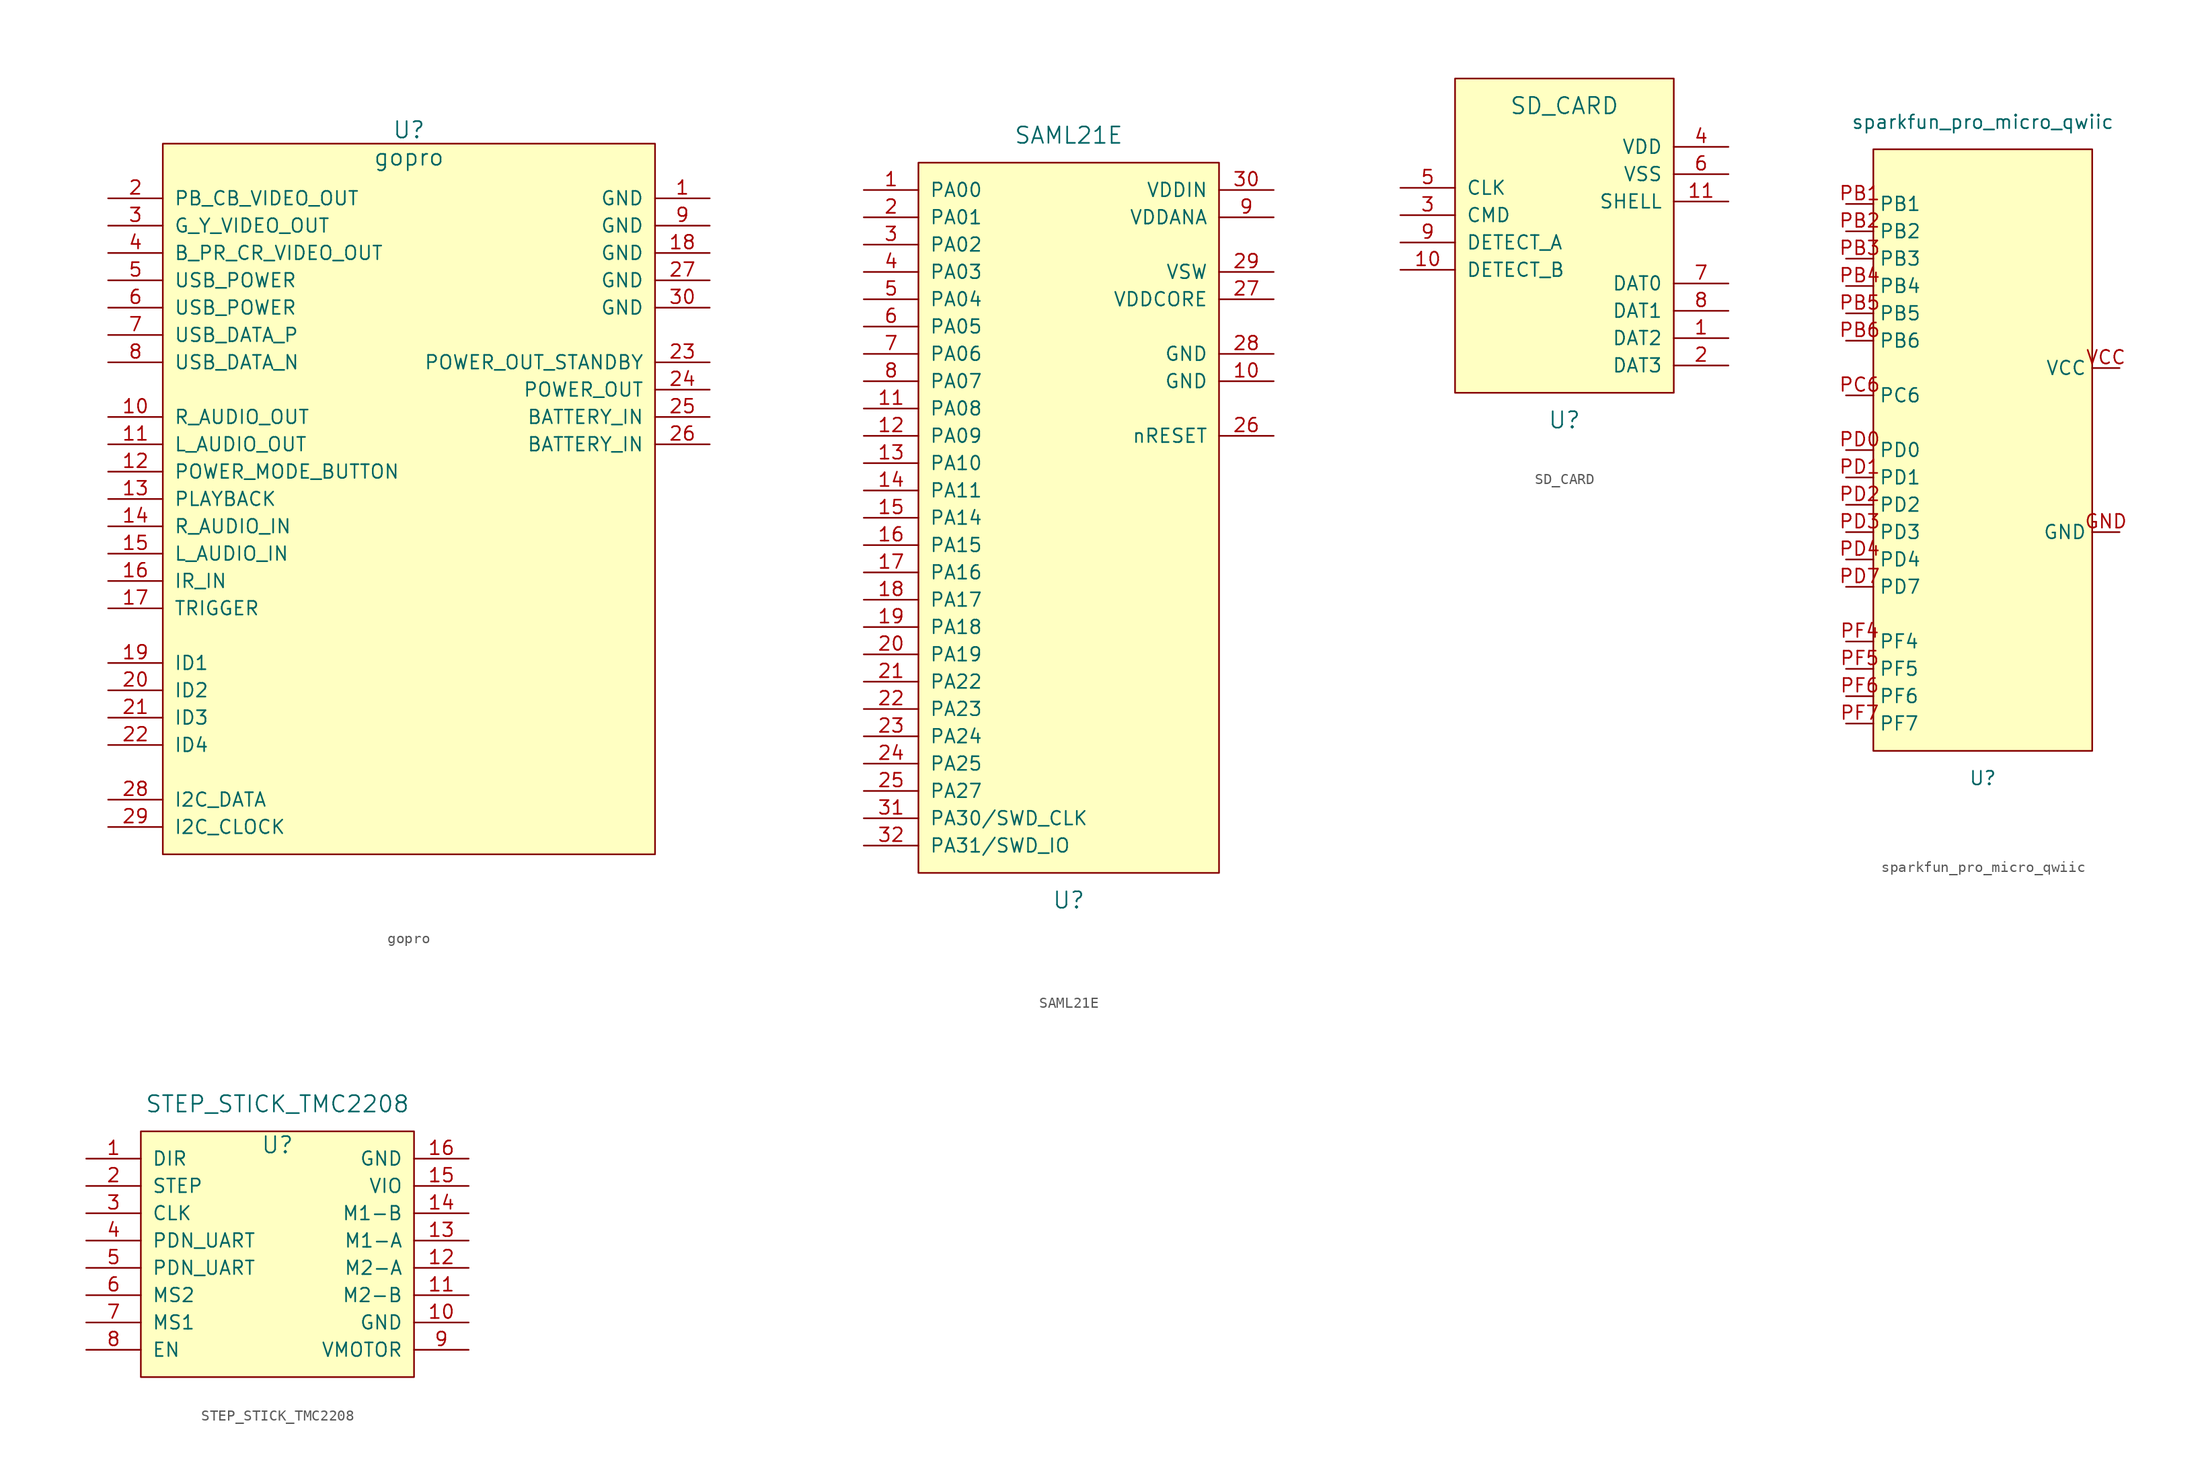
<source format=kicad_sym>
(kicad_symbol_lib
  (version 20211014)
  (generator kicad_symbol_editor)
  (symbol "gopro"
    (pin_names
      (offset 1.016))
    (property "Reference" "U"
      (at 0 6.35 0)
      (effects (font (size 1.524 1.524))))
    (property "Value" "gopro"
      (at 0 3.81 0)
      (effects (font (size 1.524 1.524))))
    (property "Footprint" ""
      (at -27.94 2.54 0)
      (effects (font (size 1.524 1.524))))
    (property "Datasheet" ""
      (at -27.94 2.54 0)
      (effects (font (size 1.524 1.524))))
    (symbol "gopro_0_1"
      (rectangle (start -22.86 5.08) (end 22.86 -60.96) (stroke (width 0) (type default) (color 0 0 0 0)) (fill (type background))))
    (symbol "gopro_1_1"
      (pin input line (at 27.94 0 180) (length 5.08) (name "GND" (effects (font (size 1.27 1.27)))) (number "1" (effects (font (size 1.27 1.27)))))
      (pin input line (at -27.94 -20.32 0) (length 5.08) (name "R_AUDIO_OUT" (effects (font (size 1.27 1.27)))) (number "10" (effects (font (size 1.27 1.27)))))
      (pin input line (at -27.94 -22.86 0) (length 5.08) (name "L_AUDIO_OUT" (effects (font (size 1.27 1.27)))) (number "11" (effects (font (size 1.27 1.27)))))
      (pin input line (at -27.94 -25.4 0) (length 5.08) (name "POWER_MODE_BUTTON" (effects (font (size 1.27 1.27)))) (number "12" (effects (font (size 1.27 1.27)))))
      (pin input line (at -27.94 -27.94 0) (length 5.08) (name "PLAYBACK" (effects (font (size 1.27 1.27)))) (number "13" (effects (font (size 1.27 1.27)))))
      (pin input line (at -27.94 -30.48 0) (length 5.08) (name "R_AUDIO_IN" (effects (font (size 1.27 1.27)))) (number "14" (effects (font (size 1.27 1.27)))))
      (pin input line (at -27.94 -33.02 0) (length 5.08) (name "L_AUDIO_IN" (effects (font (size 1.27 1.27)))) (number "15" (effects (font (size 1.27 1.27)))))
      (pin input line (at -27.94 -35.56 0) (length 5.08) (name "IR_IN" (effects (font (size 1.27 1.27)))) (number "16" (effects (font (size 1.27 1.27)))))
      (pin input line (at -27.94 -38.1 0) (length 5.08) (name "TRIGGER" (effects (font (size 1.27 1.27)))) (number "17" (effects (font (size 1.27 1.27)))))
      (pin input line (at 27.94 -5.08 180) (length 5.08) (name "GND" (effects (font (size 1.27 1.27)))) (number "18" (effects (font (size 1.27 1.27)))))
      (pin input line (at -27.94 -43.18 0) (length 5.08) (name "ID1" (effects (font (size 1.27 1.27)))) (number "19" (effects (font (size 1.27 1.27)))))
      (pin input line (at -27.94 0 0) (length 5.08) (name "PB_CB_VIDEO_OUT" (effects (font (size 1.27 1.27)))) (number "2" (effects (font (size 1.27 1.27)))))
      (pin input line (at -27.94 -45.72 0) (length 5.08) (name "ID2" (effects (font (size 1.27 1.27)))) (number "20" (effects (font (size 1.27 1.27)))))
      (pin input line (at -27.94 -48.26 0) (length 5.08) (name "ID3" (effects (font (size 1.27 1.27)))) (number "21" (effects (font (size 1.27 1.27)))))
      (pin input line (at -27.94 -50.8 0) (length 5.08) (name "ID4" (effects (font (size 1.27 1.27)))) (number "22" (effects (font (size 1.27 1.27)))))
      (pin input line (at 27.94 -15.24 180) (length 5.08) (name "POWER_OUT_STANDBY" (effects (font (size 1.27 1.27)))) (number "23" (effects (font (size 1.27 1.27)))))
      (pin input line (at 27.94 -17.78 180) (length 5.08) (name "POWER_OUT" (effects (font (size 1.27 1.27)))) (number "24" (effects (font (size 1.27 1.27)))))
      (pin input line (at 27.94 -20.32 180) (length 5.08) (name "BATTERY_IN" (effects (font (size 1.27 1.27)))) (number "25" (effects (font (size 1.27 1.27)))))
      (pin input line (at 27.94 -22.86 180) (length 5.08) (name "BATTERY_IN" (effects (font (size 1.27 1.27)))) (number "26" (effects (font (size 1.27 1.27)))))
      (pin input line (at 27.94 -7.62 180) (length 5.08) (name "GND" (effects (font (size 1.27 1.27)))) (number "27" (effects (font (size 1.27 1.27)))))
      (pin input line (at -27.94 -55.88 0) (length 5.08) (name "I2C_DATA" (effects (font (size 1.27 1.27)))) (number "28" (effects (font (size 1.27 1.27)))))
      (pin input line (at -27.94 -58.42 0) (length 5.08) (name "I2C_CLOCK" (effects (font (size 1.27 1.27)))) (number "29" (effects (font (size 1.27 1.27)))))
      (pin input line (at -27.94 -2.54 0) (length 5.08) (name "G_Y_VIDEO_OUT" (effects (font (size 1.27 1.27)))) (number "3" (effects (font (size 1.27 1.27)))))
      (pin input line (at 27.94 -10.16 180) (length 5.08) (name "GND" (effects (font (size 1.27 1.27)))) (number "30" (effects (font (size 1.27 1.27)))))
      (pin input line (at -27.94 -5.08 0) (length 5.08) (name "B_PR_CR_VIDEO_OUT" (effects (font (size 1.27 1.27)))) (number "4" (effects (font (size 1.27 1.27)))))
      (pin input line (at -27.94 -7.62 0) (length 5.08) (name "USB_POWER" (effects (font (size 1.27 1.27)))) (number "5" (effects (font (size 1.27 1.27)))))
      (pin input line (at -27.94 -10.16 0) (length 5.08) (name "USB_POWER" (effects (font (size 1.27 1.27)))) (number "6" (effects (font (size 1.27 1.27)))))
      (pin input line (at -27.94 -12.7 0) (length 5.08) (name "USB_DATA_P" (effects (font (size 1.27 1.27)))) (number "7" (effects (font (size 1.27 1.27)))))
      (pin input line (at -27.94 -15.24 0) (length 5.08) (name "USB_DATA_N" (effects (font (size 1.27 1.27)))) (number "8" (effects (font (size 1.27 1.27)))))
      (pin input line (at 27.94 -2.54 180) (length 5.08) (name "GND" (effects (font (size 1.27 1.27)))) (number "9" (effects (font (size 1.27 1.27)))))))
  (symbol "SAML21E"
    (pin_names
      (offset 1.016))
    (property "Reference" "U"
      (at 0 -38.1 0)
      (effects (font (size 1.524 1.524))))
    (property "Value" "SAML21E"
      (at 0 33.02 0)
      (effects (font (size 1.524 1.524))))
    (property "Footprint" ""
      (at -12.7 25.4 0)
      (effects (font (size 1.524 1.524))))
    (property "Datasheet" ""
      (at -12.7 25.4 0)
      (effects (font (size 1.524 1.524))))
    (symbol "SAML21E_0_1"
      (rectangle (start -13.97 30.48) (end 13.97 -35.56) (stroke (width 0) (type default) (color 0 0 0 0)) (fill (type background))))
    (symbol "SAML21E_1_1"
      (pin input line (at -19.05 27.94 0) (length 5.08) (name "PA00" (effects (font (size 1.27 1.27)))) (number "1" (effects (font (size 1.27 1.27)))))
      (pin input line (at 19.05 10.16 180) (length 5.08) (name "GND" (effects (font (size 1.27 1.27)))) (number "10" (effects (font (size 1.27 1.27)))))
      (pin input line (at -19.05 7.62 0) (length 5.08) (name "PA08" (effects (font (size 1.27 1.27)))) (number "11" (effects (font (size 1.27 1.27)))))
      (pin input line (at -19.05 5.08 0) (length 5.08) (name "PA09" (effects (font (size 1.27 1.27)))) (number "12" (effects (font (size 1.27 1.27)))))
      (pin input line (at -19.05 2.54 0) (length 5.08) (name "PA10" (effects (font (size 1.27 1.27)))) (number "13" (effects (font (size 1.27 1.27)))))
      (pin input line (at -19.05 0 0) (length 5.08) (name "PA11" (effects (font (size 1.27 1.27)))) (number "14" (effects (font (size 1.27 1.27)))))
      (pin input line (at -19.05 -2.54 0) (length 5.08) (name "PA14" (effects (font (size 1.27 1.27)))) (number "15" (effects (font (size 1.27 1.27)))))
      (pin input line (at -19.05 -5.08 0) (length 5.08) (name "PA15" (effects (font (size 1.27 1.27)))) (number "16" (effects (font (size 1.27 1.27)))))
      (pin input line (at -19.05 -7.62 0) (length 5.08) (name "PA16" (effects (font (size 1.27 1.27)))) (number "17" (effects (font (size 1.27 1.27)))))
      (pin input line (at -19.05 -10.16 0) (length 5.08) (name "PA17" (effects (font (size 1.27 1.27)))) (number "18" (effects (font (size 1.27 1.27)))))
      (pin input line (at -19.05 -12.7 0) (length 5.08) (name "PA18" (effects (font (size 1.27 1.27)))) (number "19" (effects (font (size 1.27 1.27)))))
      (pin input line (at -19.05 25.4 0) (length 5.08) (name "PA01" (effects (font (size 1.27 1.27)))) (number "2" (effects (font (size 1.27 1.27)))))
      (pin input line (at -19.05 -15.24 0) (length 5.08) (name "PA19" (effects (font (size 1.27 1.27)))) (number "20" (effects (font (size 1.27 1.27)))))
      (pin input line (at -19.05 -17.78 0) (length 5.08) (name "PA22" (effects (font (size 1.27 1.27)))) (number "21" (effects (font (size 1.27 1.27)))))
      (pin input line (at -19.05 -20.32 0) (length 5.08) (name "PA23" (effects (font (size 1.27 1.27)))) (number "22" (effects (font (size 1.27 1.27)))))
      (pin input line (at -19.05 -22.86 0) (length 5.08) (name "PA24" (effects (font (size 1.27 1.27)))) (number "23" (effects (font (size 1.27 1.27)))))
      (pin input line (at -19.05 -25.4 0) (length 5.08) (name "PA25" (effects (font (size 1.27 1.27)))) (number "24" (effects (font (size 1.27 1.27)))))
      (pin input line (at -19.05 -27.94 0) (length 5.08) (name "PA27" (effects (font (size 1.27 1.27)))) (number "25" (effects (font (size 1.27 1.27)))))
      (pin input line (at 19.05 5.08 180) (length 5.08) (name "nRESET" (effects (font (size 1.27 1.27)))) (number "26" (effects (font (size 1.27 1.27)))))
      (pin input line (at 19.05 17.78 180) (length 5.08) (name "VDDCORE" (effects (font (size 1.27 1.27)))) (number "27" (effects (font (size 1.27 1.27)))))
      (pin input line (at 19.05 12.7 180) (length 5.08) (name "GND" (effects (font (size 1.27 1.27)))) (number "28" (effects (font (size 1.27 1.27)))))
      (pin input line (at 19.05 20.32 180) (length 5.08) (name "VSW" (effects (font (size 1.27 1.27)))) (number "29" (effects (font (size 1.27 1.27)))))
      (pin input line (at -19.05 22.86 0) (length 5.08) (name "PA02" (effects (font (size 1.27 1.27)))) (number "3" (effects (font (size 1.27 1.27)))))
      (pin input line (at 19.05 27.94 180) (length 5.08) (name "VDDIN" (effects (font (size 1.27 1.27)))) (number "30" (effects (font (size 1.27 1.27)))))
      (pin input line (at -19.05 -30.48 0) (length 5.08) (name "PA30/SWD_CLK" (effects (font (size 1.27 1.27)))) (number "31" (effects (font (size 1.27 1.27)))))
      (pin input line (at -19.05 -33.02 0) (length 5.08) (name "PA31/SWD_IO" (effects (font (size 1.27 1.27)))) (number "32" (effects (font (size 1.27 1.27)))))
      (pin input line (at -19.05 20.32 0) (length 5.08) (name "PA03" (effects (font (size 1.27 1.27)))) (number "4" (effects (font (size 1.27 1.27)))))
      (pin input line (at -19.05 17.78 0) (length 5.08) (name "PA04" (effects (font (size 1.27 1.27)))) (number "5" (effects (font (size 1.27 1.27)))))
      (pin input line (at -19.05 15.24 0) (length 5.08) (name "PA05" (effects (font (size 1.27 1.27)))) (number "6" (effects (font (size 1.27 1.27)))))
      (pin input line (at -19.05 12.7 0) (length 5.08) (name "PA06" (effects (font (size 1.27 1.27)))) (number "7" (effects (font (size 1.27 1.27)))))
      (pin input line (at -19.05 10.16 0) (length 5.08) (name "PA07" (effects (font (size 1.27 1.27)))) (number "8" (effects (font (size 1.27 1.27)))))
      (pin input line (at 19.05 25.4 180) (length 5.08) (name "VDDANA" (effects (font (size 1.27 1.27)))) (number "9" (effects (font (size 1.27 1.27)))))))
  (symbol "SD_CARD"
    (pin_names
      (offset 1.016))
    (property "Reference" "U"
      (at 0 -17.78 0)
      (effects (font (size 1.524 1.524))))
    (property "Value" "SD_CARD"
      (at 0 11.43 0)
      (effects (font (size 1.524 1.524))))
    (symbol "SD_CARD_0_1"
      (rectangle (start -10.16 -15.24) (end 10.16 13.97) (stroke (width 0) (type default) (color 0 0 0 0)) (fill (type background))))
    (symbol "SD_CARD_1_1"
      (pin input line (at 15.24 -10.16 180) (length 5.08) (name "DAT2" (effects (font (size 1.27 1.27)))) (number "1" (effects (font (size 1.27 1.27)))))
      (pin input line (at -15.24 -3.81 0) (length 5.08) (name "DETECT_B" (effects (font (size 1.27 1.27)))) (number "10" (effects (font (size 1.27 1.27)))))
      (pin input line (at 15.24 2.54 180) (length 5.08) (name "SHELL" (effects (font (size 1.27 1.27)))) (number "11" (effects (font (size 1.27 1.27)))))
      (pin input line (at 15.24 -12.7 180) (length 5.08) (name "DAT3" (effects (font (size 1.27 1.27)))) (number "2" (effects (font (size 1.27 1.27)))))
      (pin input line (at -15.24 1.27 0) (length 5.08) (name "CMD" (effects (font (size 1.27 1.27)))) (number "3" (effects (font (size 1.27 1.27)))))
      (pin input line (at 15.24 7.62 180) (length 5.08) (name "VDD" (effects (font (size 1.27 1.27)))) (number "4" (effects (font (size 1.27 1.27)))))
      (pin input line (at -15.24 3.81 0) (length 5.08) (name "CLK" (effects (font (size 1.27 1.27)))) (number "5" (effects (font (size 1.27 1.27)))))
      (pin input line (at 15.24 5.08 180) (length 5.08) (name "VSS" (effects (font (size 1.27 1.27)))) (number "6" (effects (font (size 1.27 1.27)))))
      (pin input line (at 15.24 -5.08 180) (length 5.08) (name "DAT0" (effects (font (size 1.27 1.27)))) (number "7" (effects (font (size 1.27 1.27)))))
      (pin input line (at 15.24 -7.62 180) (length 5.08) (name "DAT1" (effects (font (size 1.27 1.27)))) (number "8" (effects (font (size 1.27 1.27)))))
      (pin input line (at -15.24 -1.27 0) (length 5.08) (name "DETECT_A" (effects (font (size 1.27 1.27)))) (number "9" (effects (font (size 1.27 1.27)))))))
  (symbol "sparkfun_pro_micro_qwiic"
    (property "Reference" "U"
      (at 0 -30.48 0)
      (effects (font (size 1.27 1.27))))
    (property "Value" "sparkfun_pro_micro_qwiic"
      (at 0 30.48 0)
      (effects (font (size 1.27 1.27))))
    (symbol "sparkfun_pro_micro_qwiic_0_1"
      (rectangle (start -10.16 27.94) (end 10.16 -27.94) (stroke (width 0.152) (type default) (color 0 0 0 0)) (fill (type background))))
    (symbol "sparkfun_pro_micro_qwiic_1_1"
      (pin power_in line (at 12.7 -7.62 180) (length 2.54) (name "GND" (effects (font (size 1.27 1.27)))) (number "GND" (effects (font (size 1.27 1.27)))))
      (pin bidirectional line (at -12.7 22.86 0) (length 2.54) (name "PB1" (effects (font (size 1.27 1.27)))) (number "PB1" (effects (font (size 1.27 1.27)))))
      (pin bidirectional line (at -12.7 20.32 0) (length 2.54) (name "PB2" (effects (font (size 1.27 1.27)))) (number "PB2" (effects (font (size 1.27 1.27)))))
      (pin bidirectional line (at -12.7 17.78 0) (length 2.54) (name "PB3" (effects (font (size 1.27 1.27)))) (number "PB3" (effects (font (size 1.27 1.27)))))
      (pin bidirectional line (at -12.7 15.24 0) (length 2.54) (name "PB4" (effects (font (size 1.27 1.27)))) (number "PB4" (effects (font (size 1.27 1.27)))))
      (pin bidirectional line (at -12.7 12.7 0) (length 2.54) (name "PB5" (effects (font (size 1.27 1.27)))) (number "PB5" (effects (font (size 1.27 1.27)))))
      (pin bidirectional line (at -12.7 10.16 0) (length 2.54) (name "PB6" (effects (font (size 1.27 1.27)))) (number "PB6" (effects (font (size 1.27 1.27)))))
      (pin bidirectional line (at -12.7 5.08 0) (length 2.54) (name "PC6" (effects (font (size 1.27 1.27)))) (number "PC6" (effects (font (size 1.27 1.27)))))
      (pin bidirectional line (at -12.7 0 0) (length 2.54) (name "PD0" (effects (font (size 1.27 1.27)))) (number "PD0" (effects (font (size 1.27 1.27)))))
      (pin bidirectional line (at -12.7 -2.54 0) (length 2.54) (name "PD1" (effects (font (size 1.27 1.27)))) (number "PD1" (effects (font (size 1.27 1.27)))))
      (pin bidirectional line (at -12.7 -5.08 0) (length 2.54) (name "PD2" (effects (font (size 1.27 1.27)))) (number "PD2" (effects (font (size 1.27 1.27)))))
      (pin bidirectional line (at -12.7 -7.62 0) (length 2.54) (name "PD3" (effects (font (size 1.27 1.27)))) (number "PD3" (effects (font (size 1.27 1.27)))))
      (pin bidirectional line (at -12.7 -10.16 0) (length 2.54) (name "PD4" (effects (font (size 1.27 1.27)))) (number "PD4" (effects (font (size 1.27 1.27)))))
      (pin bidirectional line (at -12.7 -12.7 0) (length 2.54) (name "PD7" (effects (font (size 1.27 1.27)))) (number "PD7" (effects (font (size 1.27 1.27)))))
      (pin bidirectional line (at -12.7 -17.78 0) (length 2.54) (name "PF4" (effects (font (size 1.27 1.27)))) (number "PF4" (effects (font (size 1.27 1.27)))))
      (pin bidirectional line (at -12.7 -20.32 0) (length 2.54) (name "PF5" (effects (font (size 1.27 1.27)))) (number "PF5" (effects (font (size 1.27 1.27)))))
      (pin bidirectional line (at -12.7 -22.86 0) (length 2.54) (name "PF6" (effects (font (size 1.27 1.27)))) (number "PF6" (effects (font (size 1.27 1.27)))))
      (pin bidirectional line (at -12.7 -25.4 0) (length 2.54) (name "PF7" (effects (font (size 1.27 1.27)))) (number "PF7" (effects (font (size 1.27 1.27)))))
      (pin power_in line (at 12.7 7.62 180) (length 2.54) (name "VCC" (effects (font (size 1.27 1.27)))) (number "VCC" (effects (font (size 1.27 1.27)))))))
  (symbol "STEP_STICK_TMC2208"
    (pin_names
      (offset 1.016))
    (property "Reference" "U"
      (at 0 10.16 0)
      (effects (font (size 1.524 1.524))))
    (property "Value" "STEP_STICK_TMC2208"
      (at 0 13.97 0)
      (effects (font (size 1.524 1.524))))
    (symbol "STEP_STICK_TMC2208_0_1"
      (rectangle (start -12.7 11.43) (end 12.7 -11.43) (stroke (width 0) (type default) (color 0 0 0 0)) (fill (type background))))
    (symbol "STEP_STICK_TMC2208_1_1"
      (pin input line (at -17.78 8.89 0) (length 5.08) (name "DIR" (effects (font (size 1.27 1.27)))) (number "1" (effects (font (size 1.27 1.27)))))
      (pin input line (at 17.78 -6.35 180) (length 5.08) (name "GND" (effects (font (size 1.27 1.27)))) (number "10" (effects (font (size 1.27 1.27)))))
      (pin input line (at 17.78 -3.81 180) (length 5.08) (name "M2-B" (effects (font (size 1.27 1.27)))) (number "11" (effects (font (size 1.27 1.27)))))
      (pin input line (at 17.78 -1.27 180) (length 5.08) (name "M2-A" (effects (font (size 1.27 1.27)))) (number "12" (effects (font (size 1.27 1.27)))))
      (pin input line (at 17.78 1.27 180) (length 5.08) (name "M1-A" (effects (font (size 1.27 1.27)))) (number "13" (effects (font (size 1.27 1.27)))))
      (pin input line (at 17.78 3.81 180) (length 5.08) (name "M1-B" (effects (font (size 1.27 1.27)))) (number "14" (effects (font (size 1.27 1.27)))))
      (pin input line (at 17.78 6.35 180) (length 5.08) (name "VIO" (effects (font (size 1.27 1.27)))) (number "15" (effects (font (size 1.27 1.27)))))
      (pin input line (at 17.78 8.89 180) (length 5.08) (name "GND" (effects (font (size 1.27 1.27)))) (number "16" (effects (font (size 1.27 1.27)))))
      (pin input line (at -17.78 6.35 0) (length 5.08) (name "STEP" (effects (font (size 1.27 1.27)))) (number "2" (effects (font (size 1.27 1.27)))))
      (pin input line (at -17.78 3.81 0) (length 5.08) (name "CLK" (effects (font (size 1.27 1.27)))) (number "3" (effects (font (size 1.27 1.27)))))
      (pin input line (at -17.78 1.27 0) (length 5.08) (name "PDN_UART" (effects (font (size 1.27 1.27)))) (number "4" (effects (font (size 1.27 1.27)))))
      (pin input line (at -17.78 -1.27 0) (length 5.08) (name "PDN_UART" (effects (font (size 1.27 1.27)))) (number "5" (effects (font (size 1.27 1.27)))))
      (pin input line (at -17.78 -3.81 0) (length 5.08) (name "MS2" (effects (font (size 1.27 1.27)))) (number "6" (effects (font (size 1.27 1.27)))))
      (pin input line (at -17.78 -6.35 0) (length 5.08) (name "MS1" (effects (font (size 1.27 1.27)))) (number "7" (effects (font (size 1.27 1.27)))))
      (pin input line (at -17.78 -8.89 0) (length 5.08) (name "EN" (effects (font (size 1.27 1.27)))) (number "8" (effects (font (size 1.27 1.27)))))
      (pin input line (at 17.78 -8.89 180) (length 5.08) (name "VMOTOR" (effects (font (size 1.27 1.27)))) (number "9" (effects (font (size 1.27 1.27))))))))
</source>
